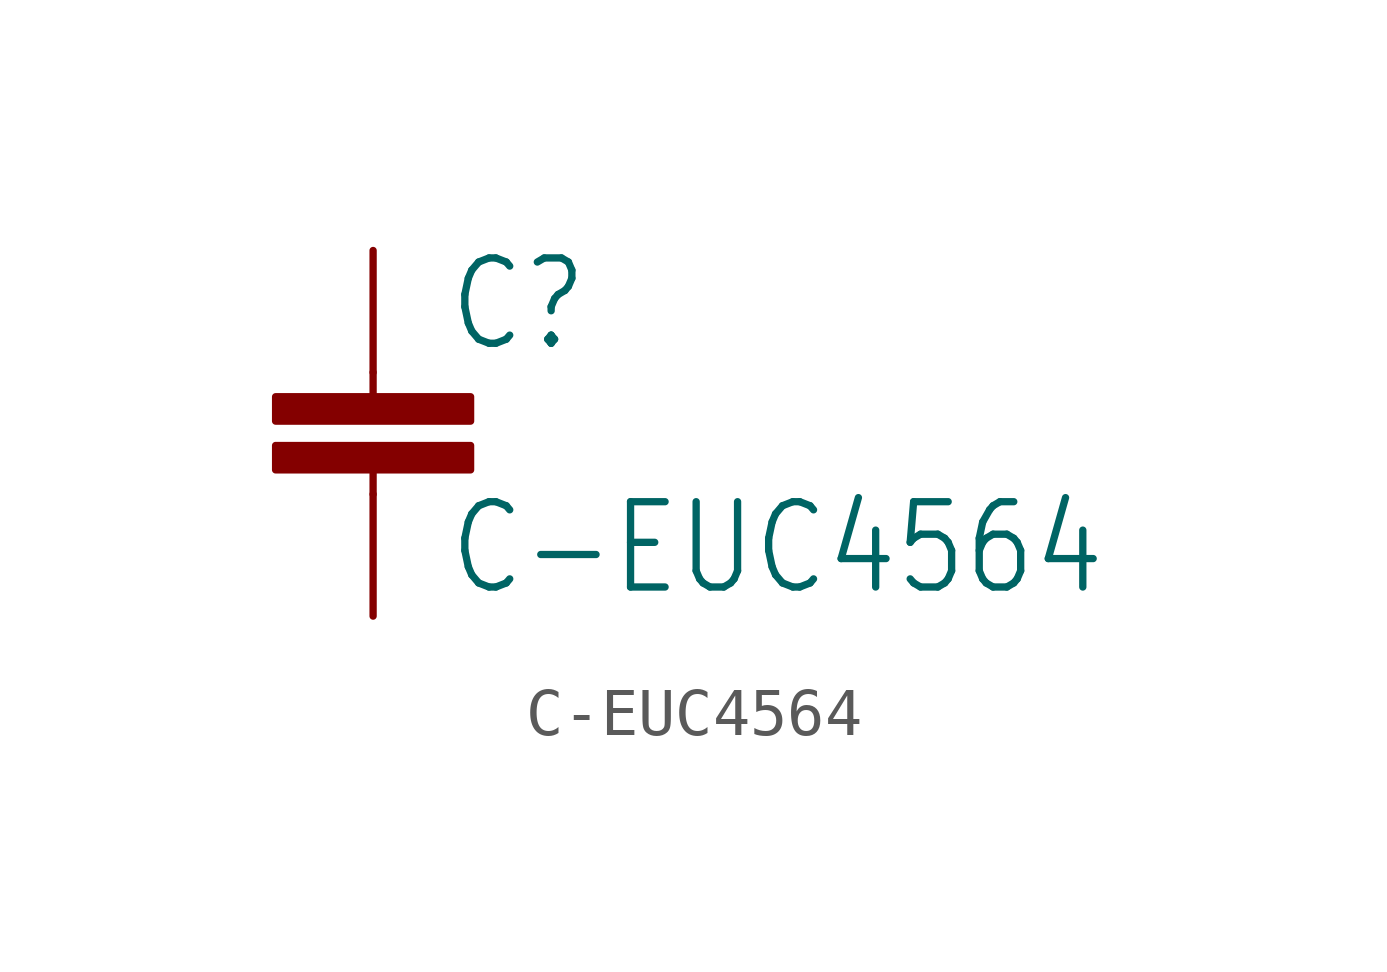
<source format=kicad_sym>
(kicad_symbol_lib
  (version 20231120)
  (generator "kicad_symbol_editor")
  (generator_version "8.0")
  (symbol "C-EUC4564"
    (property "Reference" "C"
      (at 1.524 0.381 0)
      (effects (font (size 1.778 1.511)) (justify left bottom)))
    (property "Value" "C-EUC4564"
      (at 1.524 -4.699 0)
      (effects (font (size 1.778 1.511)) (justify left bottom)))
    (property "ki_locked" ""
      (at 0 0 0)
      (effects (font (size 1.27 1.27))))
    (symbol "C-EUC4564_1_0"
      (rectangle (start -2.032 -2.032) (end 2.032 -1.524) (stroke (width 0) (type default)) (fill (type outline)))
      (rectangle (start -2.032 -1.016) (end 2.032 -0.508) (stroke (width 0) (type default)) (fill (type outline)))
      (polyline (pts (xy 0 -2.54) (xy 0 -2.032)) (stroke (width 0.152) (type default)) (fill (type none)))
      (polyline (pts (xy 0 0) (xy 0 -0.508)) (stroke (width 0.152) (type default)) (fill (type none)))
      (pin passive line (at 0 2.54 270) (length 2.54) (name "1" (effects (font (size 0 0)))) (number "1" (effects (font (size 0 0)))))
      (pin passive line (at 0 -5.08 90) (length 2.54) (name "2" (effects (font (size 0 0)))) (number "2" (effects (font (size 0 0))))))))
</source>
